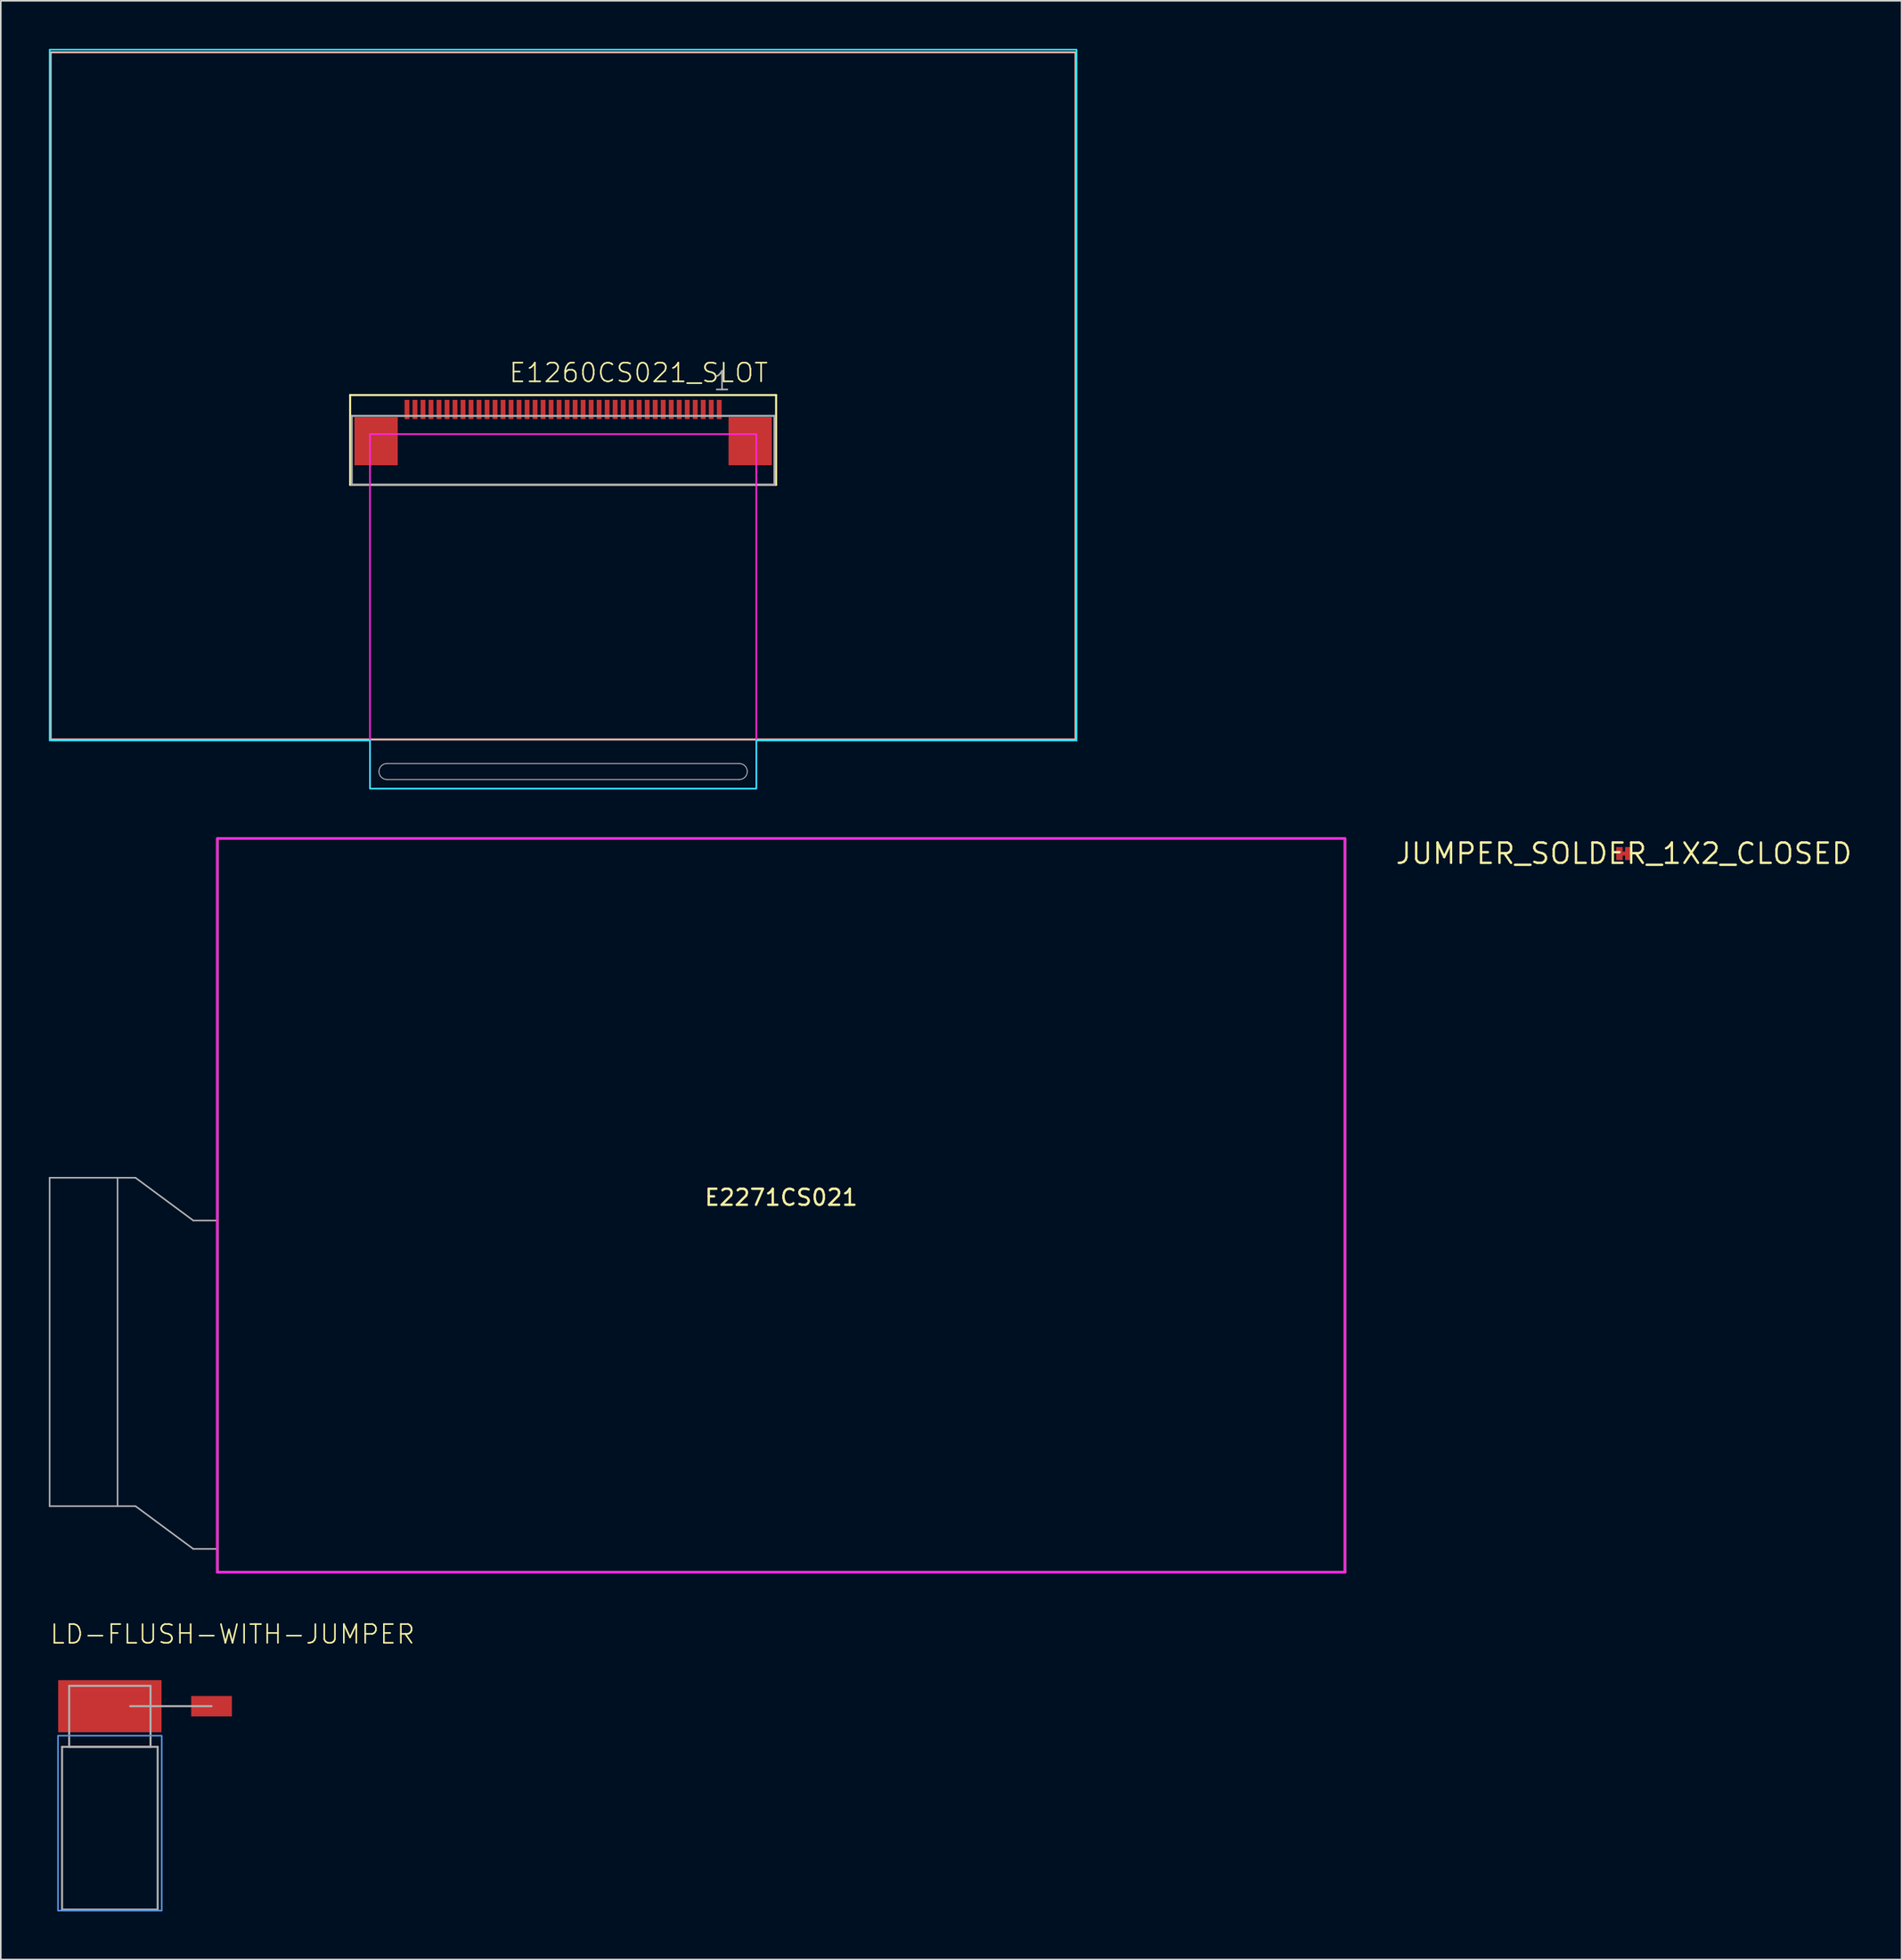
<source format=kicad_pcb>
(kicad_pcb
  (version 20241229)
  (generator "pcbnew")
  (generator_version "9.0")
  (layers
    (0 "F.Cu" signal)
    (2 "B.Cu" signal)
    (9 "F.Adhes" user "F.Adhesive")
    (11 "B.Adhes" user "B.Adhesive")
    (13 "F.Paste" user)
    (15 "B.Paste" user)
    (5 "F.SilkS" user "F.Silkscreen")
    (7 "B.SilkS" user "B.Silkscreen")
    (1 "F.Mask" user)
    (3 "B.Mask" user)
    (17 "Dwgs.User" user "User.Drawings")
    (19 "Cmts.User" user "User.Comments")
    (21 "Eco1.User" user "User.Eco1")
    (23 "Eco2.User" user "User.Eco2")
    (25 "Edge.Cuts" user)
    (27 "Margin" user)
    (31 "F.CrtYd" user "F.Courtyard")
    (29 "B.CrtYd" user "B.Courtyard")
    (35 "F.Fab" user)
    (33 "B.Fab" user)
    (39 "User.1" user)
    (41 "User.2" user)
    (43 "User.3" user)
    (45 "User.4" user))
  (footprint "E1260CS021_SLOT"
    (layer "F.Cu")
    (at 32.114 23.113)
    (property "Reference" "E1260CS021_SLOT" (at -3.444 -2.21 0) (layer "F.SilkS") (effects (font (size 1.168 1.168) (thickness 0.102)) (justify left bottom)))
    (fp_line (start -13.3 -1.5) (end -13.3 4.1) (stroke (width 0.127) (type solid)) (layer "F.SilkS"))
    (fp_line (start -13.3 4.1) (end 13.3 4.1) (stroke (width 0.127) (type solid)) (layer "F.SilkS"))
    (fp_line (start 13.3 -1.5) (end -13.3 -1.5) (stroke (width 0.127) (type solid)) (layer "F.SilkS"))
    (fp_line (start 13.3 4.1) (end 13.3 -1.5) (stroke (width 0.127) (type solid)) (layer "F.SilkS"))
    (fp_line (start -32 -22.9) (end 32 -22.9) (stroke (width 0.127) (type solid)) (layer "B.SilkS"))
    (fp_line (start -32 20) (end -32 -22.9) (stroke (width 0.127) (type solid)) (layer "B.SilkS"))
    (fp_line (start 32 -22.9) (end 32 20) (stroke (width 0.127) (type solid)) (layer "B.SilkS"))
    (fp_line (start 32 20) (end -32 20) (stroke (width 0.127) (type solid)) (layer "B.SilkS"))
    (fp_line (start -11 21.5) (end 11 21.5) (stroke (width 0.05) (type solid)) (layer "Edge.Cuts"))
    (fp_line (start 11 22.5) (end -11 22.5) (stroke (width 0.05) (type solid)) (layer "Edge.Cuts"))
    (fp_arc (start -11.5 22) (mid -11.353553 21.646447) (end -11 21.5) (stroke (width 0.05) (type solid)) (layer "Edge.Cuts"))
    (fp_arc (start -11 22.5) (mid -11.353553 22.353553) (end -11.5 22) (stroke (width 0.05) (type solid)) (layer "Edge.Cuts"))
    (fp_arc (start 11 21.5) (mid 11.353553 21.646447) (end 11.5 22) (stroke (width 0.05) (type solid)) (layer "Edge.Cuts"))
    (fp_arc (start 11.5 22) (mid 11.353553 22.353553) (end 11 22.5) (stroke (width 0.05) (type solid)) (layer "Edge.Cuts"))
    (fp_poly (pts (xy 32.063 20.064) (xy 12.063 20.064) (xy 12.063 23.064) (xy -12.063 23.064) (xy -12.063 20.064) (xy -32.063 20.064) (xy -32.063 -23.064) (xy 32.063 -23.064)) (stroke (width 0.1) (type solid)) (fill no) (layer "B.CrtYd"))
    (fp_poly (pts (xy 12.063 23.064) (xy -12.063 23.064) (xy -12.063 0.936) (xy 12.063 0.936)) (stroke (width 0.1) (type solid)) (fill no) (layer "F.CrtYd"))
    (fp_line (start -13.2 -0.2) (end 13.2 -0.2) (stroke (width 0.127) (type solid)) (layer "F.Fab"))
    (fp_line (start -13.2 4.1) (end -13.2 -0.2) (stroke (width 0.127) (type solid)) (layer "F.Fab"))
    (fp_line (start -13.2 4.1) (end 13.2 4.1) (stroke (width 0.127) (type solid)) (layer "F.Fab"))
    (fp_line (start 13.2 -0.2) (end 13.2 4.1) (stroke (width 0.127) (type solid)) (layer "F.Fab"))
    (fp_text user "1" (at 9.3 -1.7 0) (layer "F.Fab") (effects (font (size 1.168 1.168) (thickness 0.102)) (justify left bottom)))
    (pad "1" smd rect (at 9.75 -0.6) (size 0.3 1.2) (layers "F.Cu" "F.Mask" "F.Paste"))
    (pad "2" smd rect (at 9.25 -0.6) (size 0.3 1.2) (layers "F.Cu" "F.Mask" "F.Paste"))
    (pad "3" smd rect (at 8.75 -0.6) (size 0.3 1.2) (layers "F.Cu" "F.Mask" "F.Paste"))
    (pad "4" smd rect (at 8.25 -0.6) (size 0.3 1.2) (layers "F.Cu" "F.Mask" "F.Paste"))
    (pad "5" smd rect (at 7.75 -0.6) (size 0.3 1.2) (layers "F.Cu" "F.Mask" "F.Paste"))
    (pad "6" smd rect (at 7.25 -0.6) (size 0.3 1.2) (layers "F.Cu" "F.Mask" "F.Paste"))
    (pad "7" smd rect (at 6.75 -0.6) (size 0.3 1.2) (layers "F.Cu" "F.Mask" "F.Paste"))
    (pad "8" smd rect (at 6.25 -0.6) (size 0.3 1.2) (layers "F.Cu" "F.Mask" "F.Paste"))
    (pad "9" smd rect (at 5.75 -0.6) (size 0.3 1.2) (layers "F.Cu" "F.Mask" "F.Paste"))
    (pad "10" smd rect (at 5.25 -0.6) (size 0.3 1.2) (layers "F.Cu" "F.Mask" "F.Paste"))
    (pad "11" smd rect (at 4.75 -0.6) (size 0.3 1.2) (layers "F.Cu" "F.Mask" "F.Paste"))
    (pad "12" smd rect (at 4.25 -0.6) (size 0.3 1.2) (layers "F.Cu" "F.Mask" "F.Paste"))
    (pad "13" smd rect (at 3.75 -0.6) (size 0.3 1.2) (layers "F.Cu" "F.Mask" "F.Paste"))
    (pad "14" smd rect (at 3.25 -0.6) (size 0.3 1.2) (layers "F.Cu" "F.Mask" "F.Paste"))
    (pad "15" smd rect (at 2.75 -0.6) (size 0.3 1.2) (layers "F.Cu" "F.Mask" "F.Paste"))
    (pad "16" smd rect (at 2.25 -0.6) (size 0.3 1.2) (layers "F.Cu" "F.Mask" "F.Paste"))
    (pad "17" smd rect (at 1.75 -0.6) (size 0.3 1.2) (layers "F.Cu" "F.Mask" "F.Paste"))
    (pad "18" smd rect (at 1.25 -0.6) (size 0.3 1.2) (layers "F.Cu" "F.Mask" "F.Paste"))
    (pad "19" smd rect (at 0.75 -0.6) (size 0.3 1.2) (layers "F.Cu" "F.Mask" "F.Paste"))
    (pad "20" smd rect (at 0.25 -0.6) (size 0.3 1.2) (layers "F.Cu" "F.Mask" "F.Paste"))
    (pad "21" smd rect (at -0.25 -0.6) (size 0.3 1.2) (layers "F.Cu" "F.Mask" "F.Paste"))
    (pad "22" smd rect (at -0.75 -0.6) (size 0.3 1.2) (layers "F.Cu" "F.Mask" "F.Paste"))
    (pad "23" smd rect (at -1.25 -0.6) (size 0.3 1.2) (layers "F.Cu" "F.Mask" "F.Paste"))
    (pad "24" smd rect (at -1.75 -0.6) (size 0.3 1.2) (layers "F.Cu" "F.Mask" "F.Paste"))
    (pad "25" smd rect (at -2.25 -0.6) (size 0.3 1.2) (layers "F.Cu" "F.Mask" "F.Paste"))
    (pad "26" smd rect (at -2.75 -0.6) (size 0.3 1.2) (layers "F.Cu" "F.Mask" "F.Paste"))
    (pad "27" smd rect (at -3.25 -0.6) (size 0.3 1.2) (layers "F.Cu" "F.Mask" "F.Paste"))
    (pad "28" smd rect (at -3.75 -0.6) (size 0.3 1.2) (layers "F.Cu" "F.Mask" "F.Paste"))
    (pad "29" smd rect (at -4.25 -0.6) (size 0.3 1.2) (layers "F.Cu" "F.Mask" "F.Paste"))
    (pad "30" smd rect (at -4.75 -0.6) (size 0.3 1.2) (layers "F.Cu" "F.Mask" "F.Paste"))
    (pad "31" smd rect (at -5.25 -0.6) (size 0.3 1.2) (layers "F.Cu" "F.Mask" "F.Paste"))
    (pad "32" smd rect (at -5.75 -0.6) (size 0.3 1.2) (layers "F.Cu" "F.Mask" "F.Paste"))
    (pad "33" smd rect (at -6.25 -0.6) (size 0.3 1.2) (layers "F.Cu" "F.Mask" "F.Paste"))
    (pad "34" smd rect (at -6.75 -0.6) (size 0.3 1.2) (layers "F.Cu" "F.Mask" "F.Paste"))
    (pad "35" smd rect (at -7.25 -0.6) (size 0.3 1.2) (layers "F.Cu" "F.Mask" "F.Paste"))
    (pad "36" smd rect (at -7.75 -0.6) (size 0.3 1.2) (layers "F.Cu" "F.Mask" "F.Paste"))
    (pad "37" smd rect (at -8.25 -0.6) (size 0.3 1.2) (layers "F.Cu" "F.Mask" "F.Paste"))
    (pad "38" smd rect (at -8.75 -0.6) (size 0.3 1.2) (layers "F.Cu" "F.Mask" "F.Paste"))
    (pad "39" smd rect (at -9.25 -0.6) (size 0.3 1.2) (layers "F.Cu" "F.Mask" "F.Paste"))
    (pad "40" smd rect (at -9.75 -0.6) (size 0.3 1.2) (layers "F.Cu" "F.Mask" "F.Paste"))
    (pad "Z1" smd rect (at -11.68 1.38) (size 2.7 3) (layers "F.Cu" "F.Mask" "F.Paste"))
    (pad "Z2" smd rect (at 11.68 1.38) (size 2.7 3) (layers "F.Cu" "F.Mask" "F.Paste")))
  (footprint "E2271CS021"
    (layer "F.Cu")
    (at 45.73 72.202)
    (property "Reference" "E2271CS021" (at 0 -0.5 0) (unlocked yes) (layer "F.SilkS") (effects (font (size 1 1) (thickness 0.15))))
    (fp_line (start -35.21 -22.9) (end 35.21 -22.9) (stroke (width 0.15) (type solid)) (layer "F.SilkS"))
    (fp_line (start -35.21 22.9) (end -35.21 -22.9) (stroke (width 0.15) (type solid)) (layer "F.SilkS"))
    (fp_line (start 35.21 -22.9) (end 35.21 22.9) (stroke (width 0.15) (type solid)) (layer "F.SilkS"))
    (fp_line (start 35.21 22.9) (end -35.21 22.9) (stroke (width 0.15) (type solid)) (layer "F.SilkS"))
    (fp_line (start -35.21 -22.9) (end 35.21 -22.9) (stroke (width 0.15) (type solid)) (layer "F.CrtYd"))
    (fp_line (start -35.21 22.9) (end -35.21 -22.9) (stroke (width 0.15) (type solid)) (layer "F.CrtYd"))
    (fp_line (start 35.21 -22.9) (end 35.21 22.9) (stroke (width 0.15) (type solid)) (layer "F.CrtYd"))
    (fp_line (start 35.21 22.9) (end -35.21 22.9) (stroke (width 0.15) (type solid)) (layer "F.CrtYd"))
    (fp_line (start -45.68 -1.73) (end -40.32 -1.73) (stroke (width 0.1) (type solid)) (layer "F.Fab"))
    (fp_line (start -45.68 18.77) (end -45.68 -1.73) (stroke (width 0.1) (type solid)) (layer "F.Fab"))
    (fp_line (start -45.68 18.77) (end -40.32 18.77) (stroke (width 0.1) (type solid)) (layer "F.Fab"))
    (fp_line (start -41.44 -1.73) (end -41.44 18.77) (stroke (width 0.1) (type solid)) (layer "F.Fab"))
    (fp_line (start -40.32 18.77) (end -36.71 21.44) (stroke (width 0.1) (type solid)) (layer "F.Fab"))
    (fp_line (start -36.71 0.94) (end -40.32 -1.73) (stroke (width 0.1) (type solid)) (layer "F.Fab"))
    (fp_line (start -36.71 0.94) (end -35.21 0.94) (stroke (width 0.1) (type solid)) (layer "F.Fab"))
    (fp_line (start -36.71 21.44) (end -35.21 21.44) (stroke (width 0.1) (type solid)) (layer "F.Fab")))
  (footprint "LD-FLUSH-WITH-JUMPER"
    (layer "F.Cu")
    (at 3.81 103.46)
    (property "Reference" "LD-FLUSH-WITH-JUMPER" (at -3.81 -3.81 0) (layer "F.SilkS") (effects (font (size 1.168 1.168) (thickness 0.102)) (justify left bottom)))
    (fp_poly (pts (xy 3.239 12.764) (xy -3.239 12.764) (xy -3.239 1.841) (xy 3.239 1.841)) (stroke (width 0.1) (type solid)) (fill no) (layer "Cmts.User"))
    (fp_line (start -2.985 2.54) (end -2.985 12.7) (stroke (width 0.127) (type solid)) (layer "F.Fab"))
    (fp_line (start -2.985 12.7) (end 2.985 12.7) (stroke (width 0.127) (type solid)) (layer "F.Fab"))
    (fp_line (start -2.54 -1.27) (end 2.54 -1.27) (stroke (width 0.127) (type solid)) (layer "F.Fab"))
    (fp_line (start -2.54 2.54) (end -2.54 -1.27) (stroke (width 0.127) (type solid)) (layer "F.Fab"))
    (fp_line (start 1.27 0) (end 6.35 0) (stroke (width 0.127) (type solid)) (layer "F.Fab"))
    (fp_line (start 2.54 -1.27) (end 2.54 2.54) (stroke (width 0.127) (type solid)) (layer "F.Fab"))
    (fp_line (start 2.54 2.54) (end -2.54 2.54) (stroke (width 0.127) (type solid)) (layer "F.Fab"))
    (fp_line (start 2.985 2.54) (end -2.985 2.54) (stroke (width 0.127) (type solid)) (layer "F.Fab"))
    (fp_line (start 2.985 12.7) (end 2.985 2.54) (stroke (width 0.127) (type solid)) (layer "F.Fab"))
    (pad "1" smd rect (at 6.35 0) (size 2.54 1.27) (layers "F.Cu" "F.Mask" "F.Paste"))
    (pad "2" smd rect (at 0 0) (size 6.452 3.251) (layers "F.Cu" "F.Mask" "F.Paste")))
  (footprint "JUMPER_SOLDER_1X2_CLOSED"
    (layer "F.Cu")
    (at 98.355 50.233)
    (property "Reference" "JUMPER_SOLDER_1X2_CLOSED" (at 0 0 0) (layer "F.SilkS") (effects (font (size 1.27 1.27) (thickness 0.15))))
    (fp_line (start -0.254 0) (end 0.254 0) (stroke (width 0.254) (type solid)) (layer "F.Cu"))
    (pad "1" smd rect (at -0.279 0 90) (size 0.813 0.406) (layers "F.Cu" "F.Mask"))
    (pad "2" smd rect (at 0.279 0 90) (size 0.813 0.406) (layers "F.Cu" "F.Mask")))
  (gr_rect
    (start -3 -3)
    (end 115.695 119.274)
    (stroke (width 0.1) (type default))
    (fill no)
    (layer "Edge.Cuts")))
</source>
